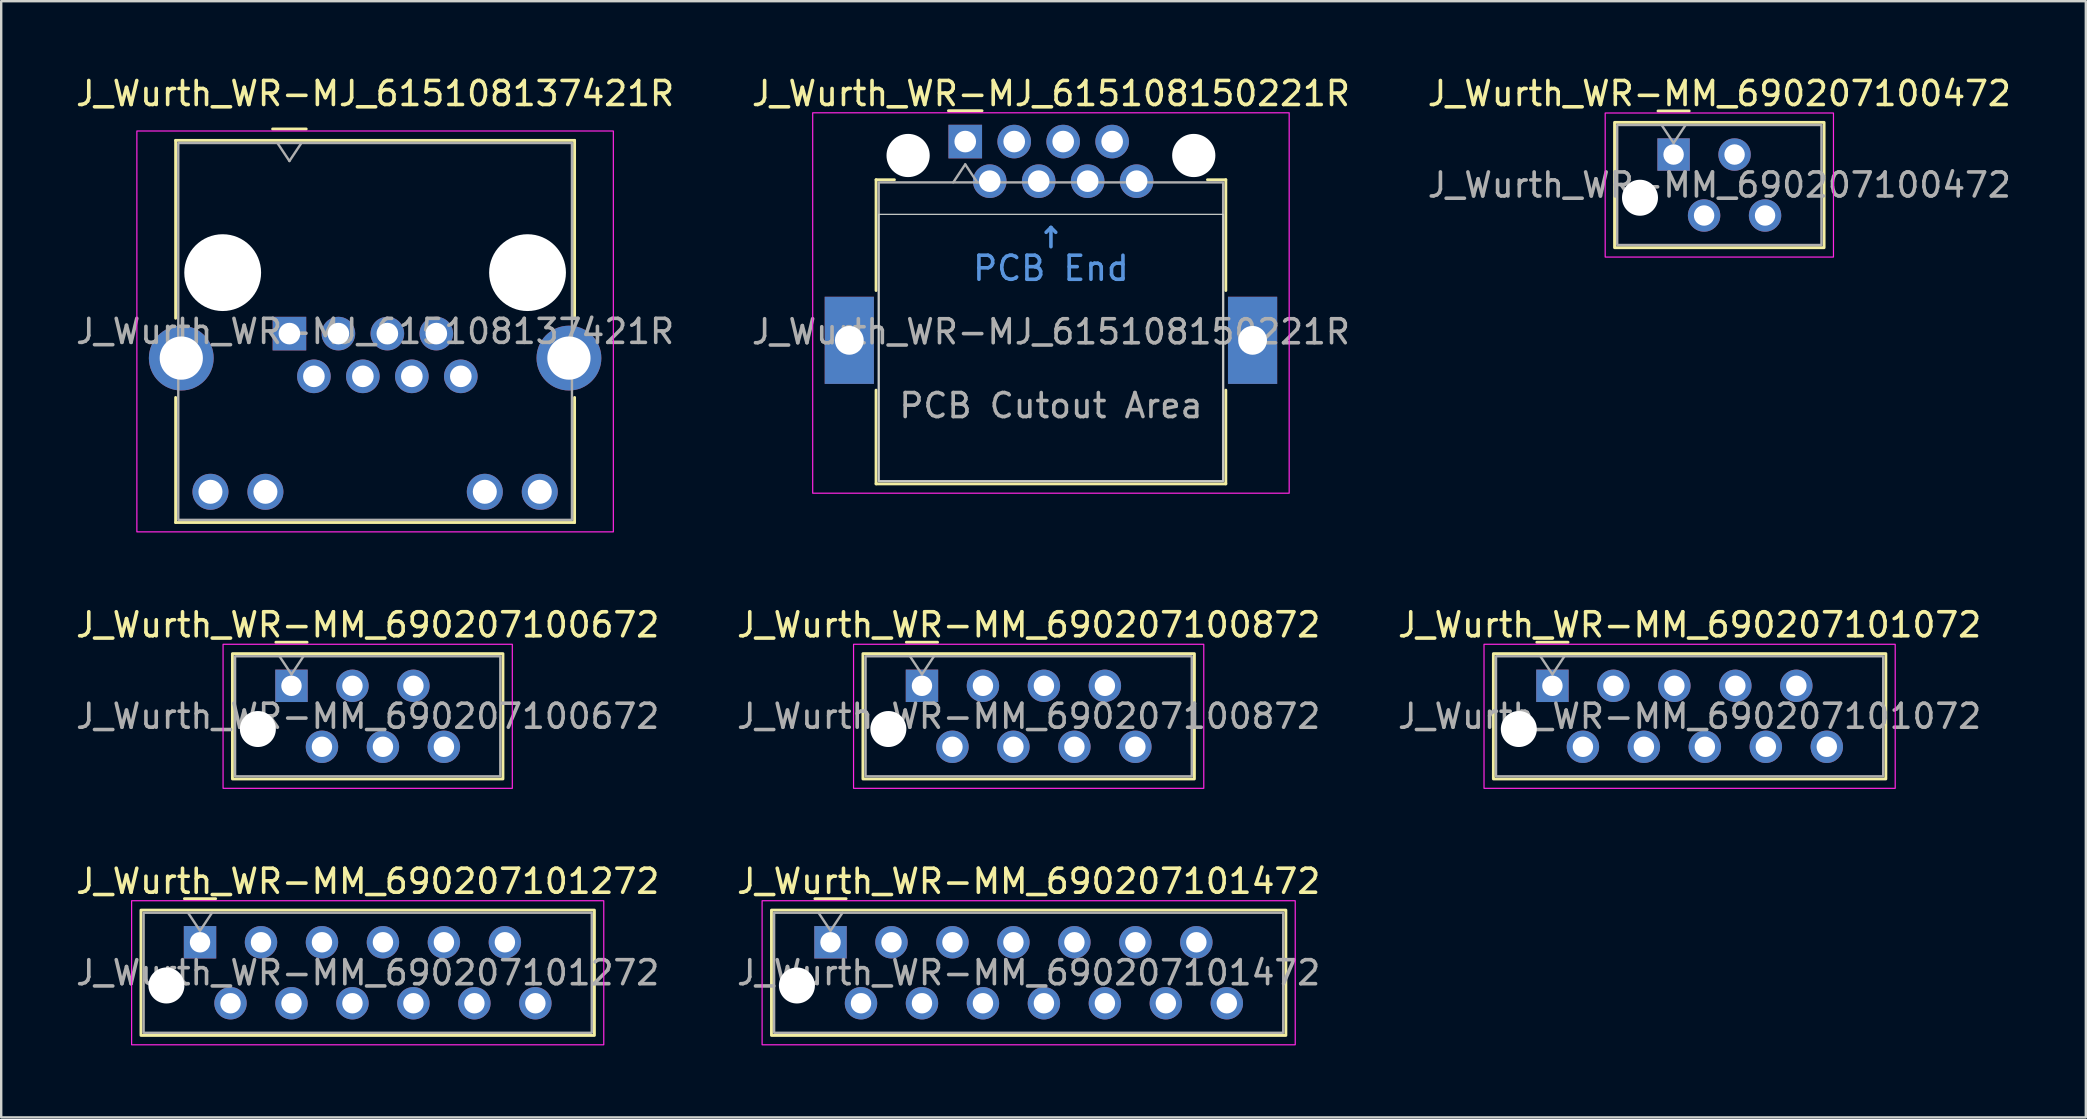
<source format=kicad_pcb>
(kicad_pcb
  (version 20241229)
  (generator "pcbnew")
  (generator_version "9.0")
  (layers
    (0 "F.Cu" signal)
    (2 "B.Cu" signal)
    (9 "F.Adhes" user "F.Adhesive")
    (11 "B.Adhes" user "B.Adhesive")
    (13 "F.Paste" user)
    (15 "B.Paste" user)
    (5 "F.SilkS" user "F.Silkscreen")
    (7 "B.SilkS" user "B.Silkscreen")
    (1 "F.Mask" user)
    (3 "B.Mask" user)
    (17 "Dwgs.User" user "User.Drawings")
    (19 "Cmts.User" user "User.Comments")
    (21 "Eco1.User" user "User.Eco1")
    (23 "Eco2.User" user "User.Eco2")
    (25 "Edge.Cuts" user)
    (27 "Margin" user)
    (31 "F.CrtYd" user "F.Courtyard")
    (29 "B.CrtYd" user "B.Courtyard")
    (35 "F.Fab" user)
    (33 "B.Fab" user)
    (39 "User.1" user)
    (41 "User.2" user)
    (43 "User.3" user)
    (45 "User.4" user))
  (footprint "J_Wurth_WR-MM_690207100872"
    (layer "F.Cu")
    (at 35.359 25.521)
    (property "Reference" "J_Wurth_WR-MM_690207100872" (at 4.445 -2.54 0) (unlocked yes) (layer "F.SilkS") (effects (font (size 1 1) (thickness 0.15))))
    (attr through_hole)
    (fp_line (start 0.65 -1.815) (end -0.65 -1.815) (stroke (width 0.12) (type solid)) (layer "F.SilkS"))
    (fp_rect (start -2.46 -1.34) (end 11.35 3.88) (stroke (width 0.12) (type solid)) (fill no) (layer "F.SilkS"))
    (fp_rect (start -2.85 -1.73) (end 11.74 4.27) (stroke (width 0.05) (type solid)) (fill no) (layer "F.CrtYd"))
    (fp_line (start 0 -0.48) (end -0.5 -1.23) (stroke (width 0.1) (type solid)) (layer "F.Fab"))
    (fp_line (start 0 -0.48) (end 0.5 -1.23) (stroke (width 0.1) (type solid)) (layer "F.Fab"))
    (fp_rect (start -2.35 -1.23) (end 11.24 3.77) (stroke (width 0.1) (type solid)) (fill no) (layer "F.Fab"))
    (fp_text user "${REFERENCE}" (at 4.445 1.27 0) (unlocked yes) (layer "F.Fab") (effects (font (size 1 1) (thickness 0.15))))
    (pad "" np_thru_hole circle (at -1.4 1.8) (size 1.5 1.5) (drill 1.5) (layers "*.Cu" "*.Mask"))
    (pad "1" thru_hole rect (at 0 0) (size 1.35 1.35) (drill 0.85) (layers "*.Cu" "*.Mask"))
    (pad "2" thru_hole circle (at 1.27 2.54) (size 1.35 1.35) (drill 0.85) (layers "*.Cu" "*.Mask"))
    (pad "3" thru_hole circle (at 2.54 0) (size 1.35 1.35) (drill 0.85) (layers "*.Cu" "*.Mask"))
    (pad "4" thru_hole circle (at 3.81 2.54) (size 1.35 1.35) (drill 0.85) (layers "*.Cu" "*.Mask"))
    (pad "5" thru_hole circle (at 5.08 0) (size 1.35 1.35) (drill 0.85) (layers "*.Cu" "*.Mask"))
    (pad "6" thru_hole circle (at 6.35 2.54) (size 1.35 1.35) (drill 0.85) (layers "*.Cu" "*.Mask"))
    (pad "7" thru_hole circle (at 7.62 0) (size 1.35 1.35) (drill 0.85) (layers "*.Cu" "*.Mask"))
    (pad "8" thru_hole circle (at 8.89 2.54) (size 1.35 1.35) (drill 0.85) (layers "*.Cu" "*.Mask")))
  (footprint "J_Wurth_WR-MJ_615108150221R"
    (layer "F.Cu")
    (at 37.162 2.848)
    (property "Reference" "J_Wurth_WR-MJ_615108150221R" (at 3.57 -2 0) (unlocked yes) (layer "F.SilkS") (effects (font (size 1 1) (thickness 0.15))))
    (attr through_hole)
    (fp_line (start -3.715 6.205) (end -3.715 1.59) (stroke (width 0.12) (type solid)) (layer "F.SilkS"))
    (fp_line (start -3.715 10.355) (end -3.715 14.26) (stroke (width 0.12) (type solid)) (layer "F.SilkS"))
    (fp_line (start -2.951 1.59) (end -3.715 1.59) (stroke (width 0.12) (type solid)) (layer "F.SilkS"))
    (fp_line (start 0.7 -1.285) (end -0.7 -1.285) (stroke (width 0.12) (type solid)) (layer "F.SilkS"))
    (fp_line (start 10.091 1.59) (end 10.855 1.59) (stroke (width 0.12) (type solid)) (layer "F.SilkS"))
    (fp_line (start 10.855 6.205) (end 10.855 1.59) (stroke (width 0.12) (type solid)) (layer "F.SilkS"))
    (fp_line (start 10.855 10.355) (end 10.855 14.26) (stroke (width 0.12) (type solid)) (layer "F.SilkS"))
    (fp_line (start 10.855 14.26) (end -3.715 14.26) (stroke (width 0.12) (type solid)) (layer "F.SilkS"))
    (fp_line (start 3.57 3.58) (end 3.37 3.78) (stroke (width 0.15) (type solid)) (layer "Cmts.User"))
    (fp_line (start 3.57 3.58) (end 3.57 4.38) (stroke (width 0.15) (type solid)) (layer "Cmts.User"))
    (fp_line (start 3.57 3.58) (end 3.77 3.78) (stroke (width 0.15) (type solid)) (layer "Cmts.User"))
    (fp_rect (start -3.605 3.03) (end 10.745 14.15) (stroke (width 0.05) (type solid)) (fill no) (layer "Edge.Cuts"))
    (fp_rect (start -6.355 -1.2) (end 13.495 14.65) (stroke (width 0.05) (type solid)) (fill no) (layer "F.CrtYd"))
    (fp_line (start 0 0.95) (end -0.5 1.7) (stroke (width 0.1) (type solid)) (layer "F.Fab"))
    (fp_line (start 0 0.95) (end 0.5 1.7) (stroke (width 0.1) (type solid)) (layer "F.Fab"))
    (fp_rect (start -3.605 1.7) (end 10.745 14.15) (stroke (width 0.1) (type solid)) (fill no) (layer "F.Fab"))
    (fp_text user "PCB End" (at 3.57 5.28 0) (unlocked yes) (layer "Cmts.User") (effects (font (size 1 1) (thickness 0.15))))
    (fp_text user "${REFERENCE}" (at 3.57 7.925 0) (unlocked yes) (layer "F.Fab") (effects (font (size 1 1) (thickness 0.15))))
    (fp_text user "PCB Cutout Area" (at 3.57 11 0) (unlocked yes) (layer "F.Fab") (effects (font (size 1 1) (thickness 0.15))))
    (pad "" smd rect (at -4.83 8.28) (size 2.05 3.63) (layers "F.Paste"))
    (pad "" np_thru_hole circle (at -2.38 0.58) (size 1.8 1.8) (drill 1.8) (layers "*.Cu" "*.Mask"))
    (pad "" np_thru_hole circle (at 9.52 0.58) (size 1.8 1.8) (drill 1.8) (layers "*.Cu" "*.Mask"))
    (pad "" smd rect (at 11.97 8.28) (size 2.05 3.63) (layers "F.Paste"))
    (pad "1" thru_hole rect (at 0 0) (size 1.4 1.4) (drill 0.9) (layers "*.Cu" "*.Mask"))
    (pad "2" thru_hole circle (at 1.02 1.65) (size 1.4 1.4) (drill 0.9) (layers "*.Cu" "*.Mask"))
    (pad "3" thru_hole circle (at 2.04 0) (size 1.4 1.4) (drill 0.9) (layers "*.Cu" "*.Mask"))
    (pad "4" thru_hole circle (at 3.06 1.65) (size 1.4 1.4) (drill 0.9) (layers "*.Cu" "*.Mask"))
    (pad "5" thru_hole circle (at 4.08 0) (size 1.4 1.4) (drill 0.9) (layers "*.Cu" "*.Mask"))
    (pad "6" thru_hole circle (at 5.1 1.65) (size 1.4 1.4) (drill 0.9) (layers "*.Cu" "*.Mask"))
    (pad "7" thru_hole circle (at 6.12 0) (size 1.4 1.4) (drill 0.9) (layers "*.Cu" "*.Mask"))
    (pad "8" thru_hole circle (at 7.14 1.65) (size 1.4 1.4) (drill 0.9) (layers "*.Cu" "*.Mask"))
    (pad "S1" thru_hole rect (at -4.83 8.28) (size 2.05 3.63) (drill 1.2) (layers "*.Cu" "*.Mask"))
    (pad "S2" thru_hole rect (at 11.97 8.28) (size 2.05 3.63) (drill 1.2) (layers "*.Cu" "*.Mask")))
  (footprint "J_Wurth_WR-MM_690207101272"
    (layer "F.Cu")
    (at 5.283 36.205)
    (property "Reference" "J_Wurth_WR-MM_690207101272" (at 6.985 -2.54 0) (unlocked yes) (layer "F.SilkS") (effects (font (size 1 1) (thickness 0.15))))
    (attr through_hole)
    (fp_line (start 0.65 -1.815) (end -0.65 -1.815) (stroke (width 0.12) (type solid)) (layer "F.SilkS"))
    (fp_rect (start -2.46 -1.34) (end 16.43 3.88) (stroke (width 0.12) (type solid)) (fill no) (layer "F.SilkS"))
    (fp_rect (start -2.85 -1.73) (end 16.82 4.27) (stroke (width 0.05) (type solid)) (fill no) (layer "F.CrtYd"))
    (fp_line (start 0 -0.48) (end -0.5 -1.23) (stroke (width 0.1) (type solid)) (layer "F.Fab"))
    (fp_line (start 0 -0.48) (end 0.5 -1.23) (stroke (width 0.1) (type solid)) (layer "F.Fab"))
    (fp_rect (start -2.35 -1.23) (end 16.32 3.77) (stroke (width 0.1) (type solid)) (fill no) (layer "F.Fab"))
    (fp_text user "${REFERENCE}" (at 6.985 1.27 0) (unlocked yes) (layer "F.Fab") (effects (font (size 1 1) (thickness 0.15))))
    (pad "" np_thru_hole circle (at -1.4 1.8) (size 1.5 1.5) (drill 1.5) (layers "*.Cu" "*.Mask"))
    (pad "1" thru_hole rect (at 0 0) (size 1.35 1.35) (drill 0.85) (layers "*.Cu" "*.Mask"))
    (pad "2" thru_hole circle (at 1.27 2.54) (size 1.35 1.35) (drill 0.85) (layers "*.Cu" "*.Mask"))
    (pad "3" thru_hole circle (at 2.54 0) (size 1.35 1.35) (drill 0.85) (layers "*.Cu" "*.Mask"))
    (pad "4" thru_hole circle (at 3.81 2.54) (size 1.35 1.35) (drill 0.85) (layers "*.Cu" "*.Mask"))
    (pad "5" thru_hole circle (at 5.08 0) (size 1.35 1.35) (drill 0.85) (layers "*.Cu" "*.Mask"))
    (pad "6" thru_hole circle (at 6.35 2.54) (size 1.35 1.35) (drill 0.85) (layers "*.Cu" "*.Mask"))
    (pad "7" thru_hole circle (at 7.62 0) (size 1.35 1.35) (drill 0.85) (layers "*.Cu" "*.Mask"))
    (pad "8" thru_hole circle (at 8.89 2.54) (size 1.35 1.35) (drill 0.85) (layers "*.Cu" "*.Mask"))
    (pad "9" thru_hole circle (at 10.16 0) (size 1.35 1.35) (drill 0.85) (layers "*.Cu" "*.Mask"))
    (pad "10" thru_hole circle (at 11.43 2.54) (size 1.35 1.35) (drill 0.85) (layers "*.Cu" "*.Mask"))
    (pad "11" thru_hole circle (at 12.7 0) (size 1.35 1.35) (drill 0.85) (layers "*.Cu" "*.Mask"))
    (pad "12" thru_hole circle (at 13.97 2.54) (size 1.35 1.35) (drill 0.85) (layers "*.Cu" "*.Mask")))
  (footprint "J_Wurth_WR-MJ_615108137421R"
    (layer "F.Cu")
    (at 9.007 10.848)
    (property "Reference" "J_Wurth_WR-MJ_615108137421R" (at 3.57 -10 0) (unlocked yes) (layer "F.SilkS") (effects (font (size 1 1) (thickness 0.15))))
    (attr through_hole)
    (fp_line (start -4.74 -0.64) (end -4.74 -8.05) (stroke (width 0.12) (type solid)) (layer "F.SilkS"))
    (fp_line (start -4.74 2.66) (end -4.74 7.87) (stroke (width 0.12) (type solid)) (layer "F.SilkS"))
    (fp_line (start 0.7 -8.525) (end -0.7 -8.525) (stroke (width 0.12) (type solid)) (layer "F.SilkS"))
    (fp_line (start 11.88 -8.05) (end -4.74 -8.05) (stroke (width 0.12) (type solid)) (layer "F.SilkS"))
    (fp_line (start 11.88 -0.64) (end 11.88 -8.05) (stroke (width 0.12) (type solid)) (layer "F.SilkS"))
    (fp_line (start 11.88 2.66) (end 11.88 7.87) (stroke (width 0.12) (type solid)) (layer "F.SilkS"))
    (fp_line (start 11.88 7.87) (end -4.74 7.87) (stroke (width 0.12) (type solid)) (layer "F.SilkS"))
    (fp_rect (start -6.355 -8.44) (end 13.495 8.26) (stroke (width 0.05) (type solid)) (fill no) (layer "F.CrtYd"))
    (fp_line (start 0 -7.19) (end -0.5 -7.94) (stroke (width 0.1) (type solid)) (layer "F.Fab"))
    (fp_line (start 0 -7.19) (end 0.5 -7.94) (stroke (width 0.1) (type solid)) (layer "F.Fab"))
    (fp_rect (start -4.63 -7.94) (end 11.77 7.76) (stroke (width 0.1) (type solid)) (fill no) (layer "F.Fab"))
    (fp_text user "${REFERENCE}" (at 3.57 -0.09 0) (unlocked yes) (layer "F.Fab") (effects (font (size 1 1) (thickness 0.15))))
    (pad "" np_thru_hole circle (at -2.78 -2.54 180) (size 3.2 3.2) (drill 3.2) (layers "*.Cu" "*.Mask"))
    (pad "" np_thru_hole circle (at 9.92 -2.54 180) (size 3.2 3.2) (drill 3.2) (layers "*.Cu" "*.Mask"))
    (pad "1" thru_hole rect (at 0 0 180) (size 1.4 1.4) (drill 0.9) (layers "*.Cu" "*.Mask"))
    (pad "2" thru_hole circle (at 1.02 1.78 180) (size 1.4 1.4) (drill 0.9) (layers "*.Cu" "*.Mask"))
    (pad "3" thru_hole circle (at 2.04 0 180) (size 1.4 1.4) (drill 0.9) (layers "*.Cu" "*.Mask"))
    (pad "4" thru_hole circle (at 3.06 1.78 180) (size 1.4 1.4) (drill 0.9) (layers "*.Cu" "*.Mask"))
    (pad "5" thru_hole circle (at 4.08 0 180) (size 1.4 1.4) (drill 0.9) (layers "*.Cu" "*.Mask"))
    (pad "6" thru_hole circle (at 5.1 1.78 180) (size 1.4 1.4) (drill 0.9) (layers "*.Cu" "*.Mask"))
    (pad "7" thru_hole circle (at 6.12 0 180) (size 1.4 1.4) (drill 0.9) (layers "*.Cu" "*.Mask"))
    (pad "8" thru_hole circle (at 7.14 1.78 180) (size 1.4 1.4) (drill 0.9) (layers "*.Cu" "*.Mask"))
    (pad "9" thru_hole circle (at -3.29 6.59 180) (size 1.5 1.5) (drill 1) (layers "*.Cu" "*.Mask"))
    (pad "10" thru_hole circle (at -1 6.59 180) (size 1.5 1.5) (drill 1) (layers "*.Cu" "*.Mask"))
    (pad "11" thru_hole circle (at 8.14 6.59 180) (size 1.5 1.5) (drill 1) (layers "*.Cu" "*.Mask"))
    (pad "12" thru_hole circle (at 10.43 6.59 180) (size 1.5 1.5) (drill 1) (layers "*.Cu" "*.Mask"))
    (pad "S1" thru_hole circle (at 11.645 1.02 180) (size 2.7 2.7) (drill 1.8) (layers "*.Cu" "*.Mask"))
    (pad "S2" thru_hole circle (at -4.505 1.02 180) (size 2.7 2.7) (drill 1.8) (layers "*.Cu" "*.Mask")))
  (footprint "J_Wurth_WR-MM_690207101472"
    (layer "F.Cu")
    (at 31.549 36.205)
    (property "Reference" "J_Wurth_WR-MM_690207101472" (at 8.255 -2.54 0) (unlocked yes) (layer "F.SilkS") (effects (font (size 1 1) (thickness 0.15))))
    (attr through_hole)
    (fp_line (start 0.65 -1.815) (end -0.65 -1.815) (stroke (width 0.12) (type solid)) (layer "F.SilkS"))
    (fp_rect (start -2.46 -1.34) (end 18.97 3.88) (stroke (width 0.12) (type solid)) (fill no) (layer "F.SilkS"))
    (fp_rect (start -2.85 -1.73) (end 19.36 4.27) (stroke (width 0.05) (type solid)) (fill no) (layer "F.CrtYd"))
    (fp_line (start 0 -0.48) (end -0.5 -1.23) (stroke (width 0.1) (type solid)) (layer "F.Fab"))
    (fp_line (start 0 -0.48) (end 0.5 -1.23) (stroke (width 0.1) (type solid)) (layer "F.Fab"))
    (fp_rect (start -2.35 -1.23) (end 18.86 3.77) (stroke (width 0.1) (type solid)) (fill no) (layer "F.Fab"))
    (fp_text user "${REFERENCE}" (at 8.255 1.27 0) (unlocked yes) (layer "F.Fab") (effects (font (size 1 1) (thickness 0.15))))
    (pad "" np_thru_hole circle (at -1.4 1.8) (size 1.5 1.5) (drill 1.5) (layers "*.Cu" "*.Mask"))
    (pad "1" thru_hole rect (at 0 0) (size 1.35 1.35) (drill 0.85) (layers "*.Cu" "*.Mask"))
    (pad "2" thru_hole circle (at 1.27 2.54) (size 1.35 1.35) (drill 0.85) (layers "*.Cu" "*.Mask"))
    (pad "3" thru_hole circle (at 2.54 0) (size 1.35 1.35) (drill 0.85) (layers "*.Cu" "*.Mask"))
    (pad "4" thru_hole circle (at 3.81 2.54) (size 1.35 1.35) (drill 0.85) (layers "*.Cu" "*.Mask"))
    (pad "5" thru_hole circle (at 5.08 0) (size 1.35 1.35) (drill 0.85) (layers "*.Cu" "*.Mask"))
    (pad "6" thru_hole circle (at 6.35 2.54) (size 1.35 1.35) (drill 0.85) (layers "*.Cu" "*.Mask"))
    (pad "7" thru_hole circle (at 7.62 0) (size 1.35 1.35) (drill 0.85) (layers "*.Cu" "*.Mask"))
    (pad "8" thru_hole circle (at 8.89 2.54) (size 1.35 1.35) (drill 0.85) (layers "*.Cu" "*.Mask"))
    (pad "9" thru_hole circle (at 10.16 0) (size 1.35 1.35) (drill 0.85) (layers "*.Cu" "*.Mask"))
    (pad "10" thru_hole circle (at 11.43 2.54) (size 1.35 1.35) (drill 0.85) (layers "*.Cu" "*.Mask"))
    (pad "11" thru_hole circle (at 12.7 0) (size 1.35 1.35) (drill 0.85) (layers "*.Cu" "*.Mask"))
    (pad "12" thru_hole circle (at 13.97 2.54) (size 1.35 1.35) (drill 0.85) (layers "*.Cu" "*.Mask"))
    (pad "13" thru_hole circle (at 15.24 0) (size 1.35 1.35) (drill 0.85) (layers "*.Cu" "*.Mask"))
    (pad "14" thru_hole circle (at 16.51 2.54) (size 1.35 1.35) (drill 0.85) (layers "*.Cu" "*.Mask")))
  (footprint "J_Wurth_WR-MM_690207100472"
    (layer "F.Cu")
    (at 66.672 3.388)
    (property "Reference" "J_Wurth_WR-MM_690207100472" (at 1.905 -2.54 0) (unlocked yes) (layer "F.SilkS") (effects (font (size 1 1) (thickness 0.15))))
    (attr through_hole)
    (fp_line (start 0.65 -1.815) (end -0.65 -1.815) (stroke (width 0.12) (type solid)) (layer "F.SilkS"))
    (fp_rect (start -2.46 -1.34) (end 6.27 3.88) (stroke (width 0.12) (type solid)) (fill no) (layer "F.SilkS"))
    (fp_rect (start -2.85 -1.73) (end 6.66 4.27) (stroke (width 0.05) (type solid)) (fill no) (layer "F.CrtYd"))
    (fp_line (start 0 -0.48) (end -0.5 -1.23) (stroke (width 0.1) (type solid)) (layer "F.Fab"))
    (fp_line (start 0 -0.48) (end 0.5 -1.23) (stroke (width 0.1) (type solid)) (layer "F.Fab"))
    (fp_rect (start -2.35 -1.23) (end 6.16 3.77) (stroke (width 0.1) (type solid)) (fill no) (layer "F.Fab"))
    (fp_text user "${REFERENCE}" (at 1.905 1.27 0) (unlocked yes) (layer "F.Fab") (effects (font (size 1 1) (thickness 0.15))))
    (pad "" np_thru_hole circle (at -1.4 1.8) (size 1.5 1.5) (drill 1.5) (layers "*.Cu" "*.Mask"))
    (pad "1" thru_hole rect (at 0 0) (size 1.35 1.35) (drill 0.85) (layers "*.Cu" "*.Mask"))
    (pad "2" thru_hole circle (at 1.27 2.54) (size 1.35 1.35) (drill 0.85) (layers "*.Cu" "*.Mask"))
    (pad "3" thru_hole circle (at 2.54 0) (size 1.35 1.35) (drill 0.85) (layers "*.Cu" "*.Mask"))
    (pad "4" thru_hole circle (at 3.81 2.54) (size 1.35 1.35) (drill 0.85) (layers "*.Cu" "*.Mask")))
  (footprint "J_Wurth_WR-MM_690207100672"
    (layer "F.Cu")
    (at 9.093 25.521)
    (property "Reference" "J_Wurth_WR-MM_690207100672" (at 3.175 -2.54 0) (unlocked yes) (layer "F.SilkS") (effects (font (size 1 1) (thickness 0.15))))
    (attr through_hole)
    (fp_line (start 0.65 -1.815) (end -0.65 -1.815) (stroke (width 0.12) (type solid)) (layer "F.SilkS"))
    (fp_rect (start -2.46 -1.34) (end 8.81 3.88) (stroke (width 0.12) (type solid)) (fill no) (layer "F.SilkS"))
    (fp_rect (start -2.85 -1.73) (end 9.2 4.27) (stroke (width 0.05) (type solid)) (fill no) (layer "F.CrtYd"))
    (fp_line (start 0 -0.48) (end -0.5 -1.23) (stroke (width 0.1) (type solid)) (layer "F.Fab"))
    (fp_line (start 0 -0.48) (end 0.5 -1.23) (stroke (width 0.1) (type solid)) (layer "F.Fab"))
    (fp_rect (start -2.35 -1.23) (end 8.7 3.77) (stroke (width 0.1) (type solid)) (fill no) (layer "F.Fab"))
    (fp_text user "${REFERENCE}" (at 3.175 1.27 0) (unlocked yes) (layer "F.Fab") (effects (font (size 1 1) (thickness 0.15))))
    (pad "" np_thru_hole circle (at -1.4 1.8) (size 1.5 1.5) (drill 1.5) (layers "*.Cu" "*.Mask"))
    (pad "1" thru_hole rect (at 0 0) (size 1.35 1.35) (drill 0.85) (layers "*.Cu" "*.Mask"))
    (pad "2" thru_hole circle (at 1.27 2.54) (size 1.35 1.35) (drill 0.85) (layers "*.Cu" "*.Mask"))
    (pad "3" thru_hole circle (at 2.54 0) (size 1.35 1.35) (drill 0.85) (layers "*.Cu" "*.Mask"))
    (pad "4" thru_hole circle (at 3.81 2.54) (size 1.35 1.35) (drill 0.85) (layers "*.Cu" "*.Mask"))
    (pad "5" thru_hole circle (at 5.08 0) (size 1.35 1.35) (drill 0.85) (layers "*.Cu" "*.Mask"))
    (pad "6" thru_hole circle (at 6.35 2.54) (size 1.35 1.35) (drill 0.85) (layers "*.Cu" "*.Mask")))
  (footprint "J_Wurth_WR-MM_690207101072"
    (layer "F.Cu")
    (at 61.624 25.521)
    (property "Reference" "J_Wurth_WR-MM_690207101072" (at 5.715 -2.54 0) (unlocked yes) (layer "F.SilkS") (effects (font (size 1 1) (thickness 0.15))))
    (attr through_hole)
    (fp_line (start 0.65 -1.815) (end -0.65 -1.815) (stroke (width 0.12) (type solid)) (layer "F.SilkS"))
    (fp_rect (start -2.46 -1.34) (end 13.89 3.88) (stroke (width 0.12) (type solid)) (fill no) (layer "F.SilkS"))
    (fp_rect (start -2.85 -1.73) (end 14.28 4.27) (stroke (width 0.05) (type solid)) (fill no) (layer "F.CrtYd"))
    (fp_line (start 0 -0.48) (end -0.5 -1.23) (stroke (width 0.1) (type solid)) (layer "F.Fab"))
    (fp_line (start 0 -0.48) (end 0.5 -1.23) (stroke (width 0.1) (type solid)) (layer "F.Fab"))
    (fp_rect (start -2.35 -1.23) (end 13.78 3.77) (stroke (width 0.1) (type solid)) (fill no) (layer "F.Fab"))
    (fp_text user "${REFERENCE}" (at 5.715 1.27 0) (unlocked yes) (layer "F.Fab") (effects (font (size 1 1) (thickness 0.15))))
    (pad "" np_thru_hole circle (at -1.4 1.8) (size 1.5 1.5) (drill 1.5) (layers "*.Cu" "*.Mask"))
    (pad "1" thru_hole rect (at 0 0) (size 1.35 1.35) (drill 0.85) (layers "*.Cu" "*.Mask"))
    (pad "2" thru_hole circle (at 1.27 2.54) (size 1.35 1.35) (drill 0.85) (layers "*.Cu" "*.Mask"))
    (pad "3" thru_hole circle (at 2.54 0) (size 1.35 1.35) (drill 0.85) (layers "*.Cu" "*.Mask"))
    (pad "4" thru_hole circle (at 3.81 2.54) (size 1.35 1.35) (drill 0.85) (layers "*.Cu" "*.Mask"))
    (pad "5" thru_hole circle (at 5.08 0) (size 1.35 1.35) (drill 0.85) (layers "*.Cu" "*.Mask"))
    (pad "6" thru_hole circle (at 6.35 2.54) (size 1.35 1.35) (drill 0.85) (layers "*.Cu" "*.Mask"))
    (pad "7" thru_hole circle (at 7.62 0) (size 1.35 1.35) (drill 0.85) (layers "*.Cu" "*.Mask"))
    (pad "8" thru_hole circle (at 8.89 2.54) (size 1.35 1.35) (drill 0.85) (layers "*.Cu" "*.Mask"))
    (pad "9" thru_hole circle (at 10.16 0) (size 1.35 1.35) (drill 0.85) (layers "*.Cu" "*.Mask"))
    (pad "10" thru_hole circle (at 11.43 2.54) (size 1.35 1.35) (drill 0.85) (layers "*.Cu" "*.Mask")))
  (gr_rect
    (start -3 -3)
    (end 83.845 43.5)
    (stroke (width 0.1) (type default))
    (fill no)
    (layer "Edge.Cuts")))
</source>
